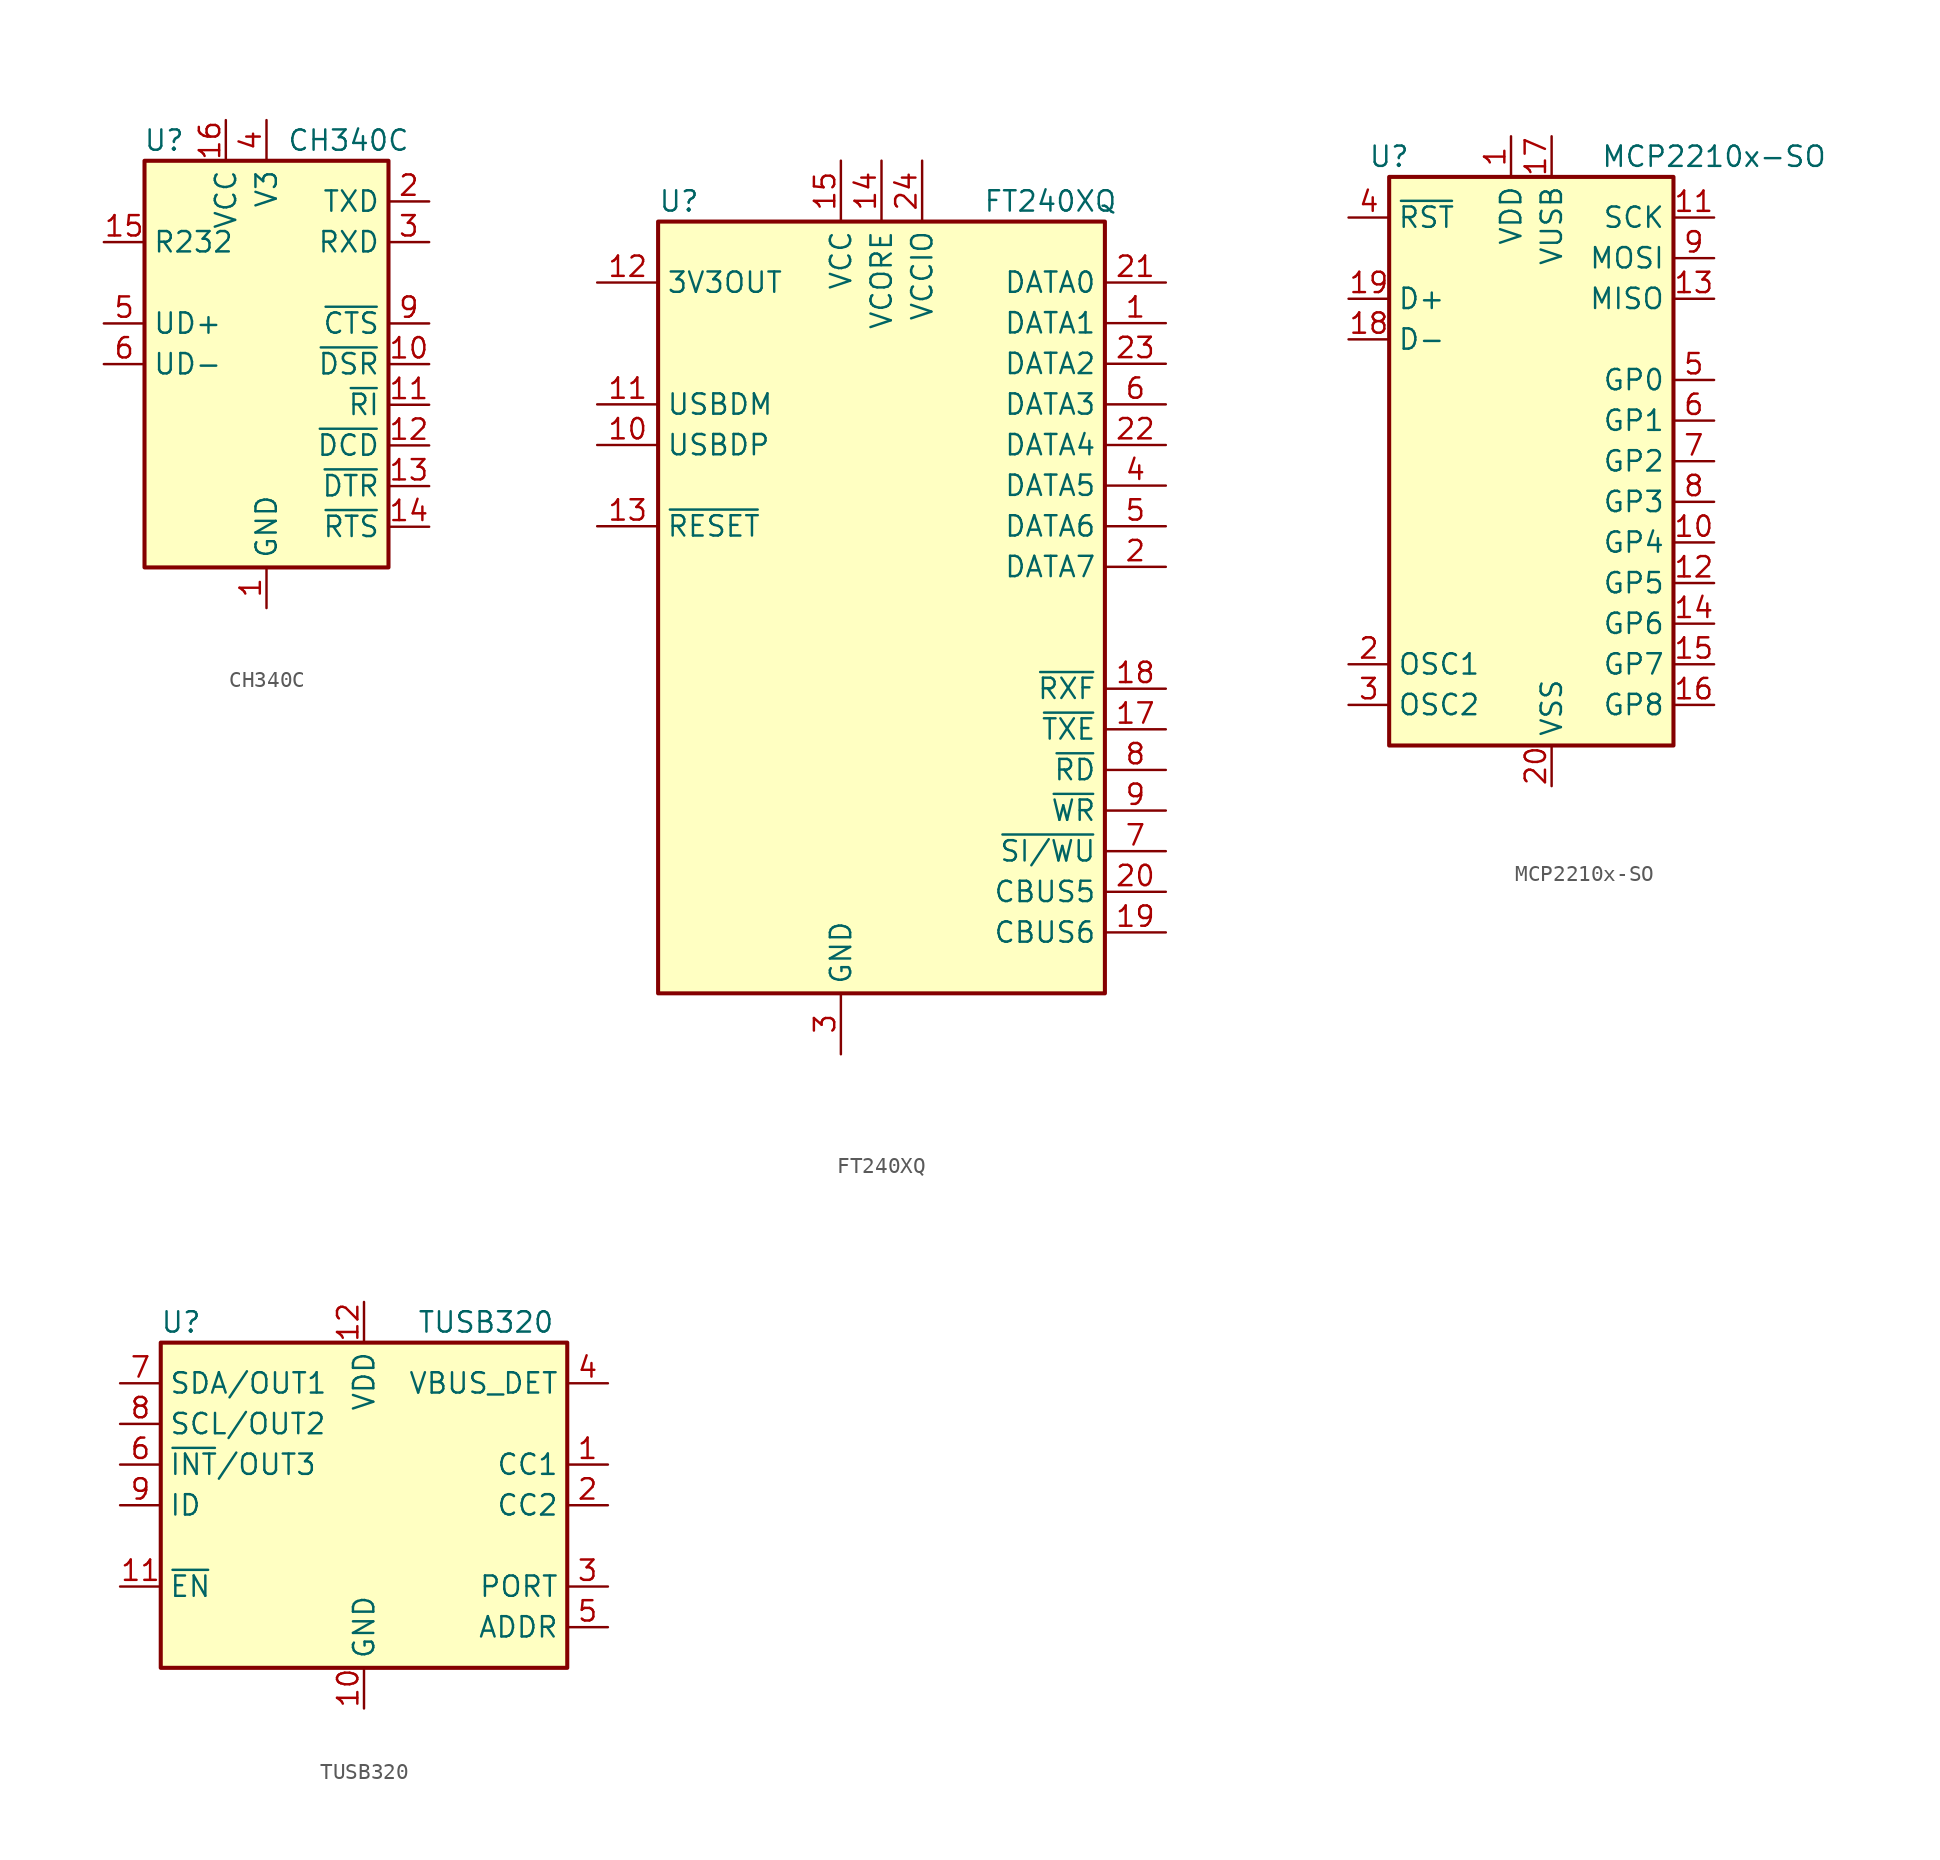
<source format=kicad_sym>
(kicad_symbol_lib
  (version 20231120)
  (generator "kicad_symbol_editor")
  (generator_version "8.0")
  (symbol "CH340C"
    (property "Reference" "U"
      (at -5.08 13.97 0)
      (effects (font (size 1.27 1.27)) (justify right)))
    (property "Value" "CH340C"
      (at 1.27 13.97 0)
      (effects (font (size 1.27 1.27)) (justify left)))
    (symbol "CH340C_0_1"
      (rectangle (start -7.62 12.7) (end 7.62 -12.7) (stroke (width 0.254) (type default)) (fill (type background))))
    (symbol "CH340C_1_1"
      (pin power_in line (at 0 -15.24 90) (length 2.54) (name "GND" (effects (font (size 1.27 1.27)))) (number "1" (effects (font (size 1.27 1.27)))))
      (pin input line (at 10.16 0 180) (length 2.54) (name "~{DSR}" (effects (font (size 1.27 1.27)))) (number "10" (effects (font (size 1.27 1.27)))))
      (pin input line (at 10.16 -2.54 180) (length 2.54) (name "~{RI}" (effects (font (size 1.27 1.27)))) (number "11" (effects (font (size 1.27 1.27)))))
      (pin input line (at 10.16 -5.08 180) (length 2.54) (name "~{DCD}" (effects (font (size 1.27 1.27)))) (number "12" (effects (font (size 1.27 1.27)))))
      (pin output line (at 10.16 -7.62 180) (length 2.54) (name "~{DTR}" (effects (font (size 1.27 1.27)))) (number "13" (effects (font (size 1.27 1.27)))))
      (pin output line (at 10.16 -10.16 180) (length 2.54) (name "~{RTS}" (effects (font (size 1.27 1.27)))) (number "14" (effects (font (size 1.27 1.27)))))
      (pin input line (at -10.16 7.62 0) (length 2.54) (name "R232" (effects (font (size 1.27 1.27)))) (number "15" (effects (font (size 1.27 1.27)))))
      (pin power_in line (at -2.54 15.24 270) (length 2.54) (name "VCC" (effects (font (size 1.27 1.27)))) (number "16" (effects (font (size 1.27 1.27)))))
      (pin output line (at 10.16 10.16 180) (length 2.54) (name "TXD" (effects (font (size 1.27 1.27)))) (number "2" (effects (font (size 1.27 1.27)))))
      (pin input line (at 10.16 7.62 180) (length 2.54) (name "RXD" (effects (font (size 1.27 1.27)))) (number "3" (effects (font (size 1.27 1.27)))))
      (pin power_out line (at 0 15.24 270) (length 2.54) (name "V3" (effects (font (size 1.27 1.27)))) (number "4" (effects (font (size 1.27 1.27)))))
      (pin bidirectional line (at -10.16 2.54 0) (length 2.54) (name "UD+" (effects (font (size 1.27 1.27)))) (number "5" (effects (font (size 1.27 1.27)))))
      (pin bidirectional line (at -10.16 0 0) (length 2.54) (name "UD-" (effects (font (size 1.27 1.27)))) (number "6" (effects (font (size 1.27 1.27)))))
      (pin no_connect line (at -7.62 -5.08 0) (length 2.54) hide (name "NC" (effects (font (size 1.27 1.27)))) (number "7" (effects (font (size 1.27 1.27)))))
      (pin no_connect line (at -7.62 -7.62 0) (length 2.54) hide (name "NC" (effects (font (size 1.27 1.27)))) (number "8" (effects (font (size 1.27 1.27)))))
      (pin input line (at 10.16 2.54 180) (length 2.54) (name "~{CTS}" (effects (font (size 1.27 1.27)))) (number "9" (effects (font (size 1.27 1.27)))))))
  (symbol "FT240XQ"
    (property "Reference" "U"
      (at -13.97 25.4 0)
      (effects (font (size 1.27 1.27)) (justify left)))
    (property "Value" "FT240XQ"
      (at 6.35 25.4 0)
      (effects (font (size 1.27 1.27)) (justify left)))
    (symbol "FT240XQ_0_1"
      (rectangle (start 13.97 -24.13) (end -13.97 24.13) (stroke (width 0.254) (type default)) (fill (type background))))
    (symbol "FT240XQ_1_1"
      (pin bidirectional line (at 17.78 17.78 180) (length 3.81) (name "DATA1" (effects (font (size 1.27 1.27)))) (number "1" (effects (font (size 1.27 1.27)))))
      (pin bidirectional line (at -17.78 10.16 0) (length 3.81) (name "USBDP" (effects (font (size 1.27 1.27)))) (number "10" (effects (font (size 1.27 1.27)))))
      (pin bidirectional line (at -17.78 12.7 0) (length 3.81) (name "USBDM" (effects (font (size 1.27 1.27)))) (number "11" (effects (font (size 1.27 1.27)))))
      (pin power_out line (at -17.78 20.32 0) (length 3.81) (name "3V3OUT" (effects (font (size 1.27 1.27)))) (number "12" (effects (font (size 1.27 1.27)))))
      (pin input line (at -17.78 5.08 0) (length 3.81) (name "~{RESET}" (effects (font (size 1.27 1.27)))) (number "13" (effects (font (size 1.27 1.27)))))
      (pin power_out line (at 0 27.94 270) (length 3.81) (name "VCORE" (effects (font (size 1.27 1.27)))) (number "14" (effects (font (size 1.27 1.27)))))
      (pin power_in line (at -2.54 27.94 270) (length 3.81) (name "VCC" (effects (font (size 1.27 1.27)))) (number "15" (effects (font (size 1.27 1.27)))))
      (pin passive line (at -2.54 -27.94 90) (length 3.81) hide (name "GND" (effects (font (size 1.27 1.27)))) (number "16" (effects (font (size 1.27 1.27)))))
      (pin output line (at 17.78 -7.62 180) (length 3.81) (name "~{TXE}" (effects (font (size 1.27 1.27)))) (number "17" (effects (font (size 1.27 1.27)))))
      (pin output line (at 17.78 -5.08 180) (length 3.81) (name "~{RXF}" (effects (font (size 1.27 1.27)))) (number "18" (effects (font (size 1.27 1.27)))))
      (pin bidirectional line (at 17.78 -20.32 180) (length 3.81) (name "CBUS6" (effects (font (size 1.27 1.27)))) (number "19" (effects (font (size 1.27 1.27)))))
      (pin bidirectional line (at 17.78 2.54 180) (length 3.81) (name "DATA7" (effects (font (size 1.27 1.27)))) (number "2" (effects (font (size 1.27 1.27)))))
      (pin bidirectional line (at 17.78 -17.78 180) (length 3.81) (name "CBUS5" (effects (font (size 1.27 1.27)))) (number "20" (effects (font (size 1.27 1.27)))))
      (pin bidirectional line (at 17.78 20.32 180) (length 3.81) (name "DATA0" (effects (font (size 1.27 1.27)))) (number "21" (effects (font (size 1.27 1.27)))))
      (pin bidirectional line (at 17.78 10.16 180) (length 3.81) (name "DATA4" (effects (font (size 1.27 1.27)))) (number "22" (effects (font (size 1.27 1.27)))))
      (pin bidirectional line (at 17.78 15.24 180) (length 3.81) (name "DATA2" (effects (font (size 1.27 1.27)))) (number "23" (effects (font (size 1.27 1.27)))))
      (pin power_in line (at 2.54 27.94 270) (length 3.81) (name "VCCIO" (effects (font (size 1.27 1.27)))) (number "24" (effects (font (size 1.27 1.27)))))
      (pin passive line (at -2.54 -27.94 90) (length 3.81) hide (name "GND" (effects (font (size 1.27 1.27)))) (number "25" (effects (font (size 1.27 1.27)))))
      (pin power_in line (at -2.54 -27.94 90) (length 3.81) (name "GND" (effects (font (size 1.27 1.27)))) (number "3" (effects (font (size 1.27 1.27)))))
      (pin bidirectional line (at 17.78 7.62 180) (length 3.81) (name "DATA5" (effects (font (size 1.27 1.27)))) (number "4" (effects (font (size 1.27 1.27)))))
      (pin bidirectional line (at 17.78 5.08 180) (length 3.81) (name "DATA6" (effects (font (size 1.27 1.27)))) (number "5" (effects (font (size 1.27 1.27)))))
      (pin bidirectional line (at 17.78 12.7 180) (length 3.81) (name "DATA3" (effects (font (size 1.27 1.27)))) (number "6" (effects (font (size 1.27 1.27)))))
      (pin input line (at 17.78 -15.24 180) (length 3.81) (name "~{SI/WU}" (effects (font (size 1.27 1.27)))) (number "7" (effects (font (size 1.27 1.27)))))
      (pin input line (at 17.78 -10.16 180) (length 3.81) (name "~{RD}" (effects (font (size 1.27 1.27)))) (number "8" (effects (font (size 1.27 1.27)))))
      (pin input line (at 17.78 -12.7 180) (length 3.81) (name "~{WR}" (effects (font (size 1.27 1.27)))) (number "9" (effects (font (size 1.27 1.27)))))))
  (symbol "MCP2210x-SO"
    (property "Reference" "U"
      (at -10.16 19.05 0)
      (effects (font (size 1.27 1.27))))
    (property "Value" "MCP2210x-SO"
      (at 10.16 19.05 0)
      (effects (font (size 1.27 1.27))))
    (symbol "MCP2210x-SO_0_1"
      (rectangle (start -10.16 17.78) (end 7.62 -17.78) (stroke (width 0.254) (type default)) (fill (type background))))
    (symbol "MCP2210x-SO_1_1"
      (pin power_in line (at -2.54 20.32 270) (length 2.54) (name "VDD" (effects (font (size 1.27 1.27)))) (number "1" (effects (font (size 1.27 1.27)))))
      (pin bidirectional line (at 10.16 -5.08 180) (length 2.54) (name "GP4" (effects (font (size 1.27 1.27)))) (number "10" (effects (font (size 1.27 1.27)))))
      (pin output line (at 10.16 15.24 180) (length 2.54) (name "SCK" (effects (font (size 1.27 1.27)))) (number "11" (effects (font (size 1.27 1.27)))))
      (pin bidirectional line (at 10.16 -7.62 180) (length 2.54) (name "GP5" (effects (font (size 1.27 1.27)))) (number "12" (effects (font (size 1.27 1.27)))))
      (pin input line (at 10.16 10.16 180) (length 2.54) (name "MISO" (effects (font (size 1.27 1.27)))) (number "13" (effects (font (size 1.27 1.27)))))
      (pin bidirectional line (at 10.16 -10.16 180) (length 2.54) (name "GP6" (effects (font (size 1.27 1.27)))) (number "14" (effects (font (size 1.27 1.27)))))
      (pin bidirectional line (at 10.16 -12.7 180) (length 2.54) (name "GP7" (effects (font (size 1.27 1.27)))) (number "15" (effects (font (size 1.27 1.27)))))
      (pin bidirectional line (at 10.16 -15.24 180) (length 2.54) (name "GP8" (effects (font (size 1.27 1.27)))) (number "16" (effects (font (size 1.27 1.27)))))
      (pin passive line (at 0 20.32 270) (length 2.54) (name "VUSB" (effects (font (size 1.27 1.27)))) (number "17" (effects (font (size 1.27 1.27)))))
      (pin bidirectional line (at -12.7 7.62 0) (length 2.54) (name "D-" (effects (font (size 1.27 1.27)))) (number "18" (effects (font (size 1.27 1.27)))))
      (pin bidirectional line (at -12.7 10.16 0) (length 2.54) (name "D+" (effects (font (size 1.27 1.27)))) (number "19" (effects (font (size 1.27 1.27)))))
      (pin input line (at -12.7 -12.7 0) (length 2.54) (name "OSC1" (effects (font (size 1.27 1.27)))) (number "2" (effects (font (size 1.27 1.27)))))
      (pin power_in line (at 0 -20.32 90) (length 2.54) (name "VSS" (effects (font (size 1.27 1.27)))) (number "20" (effects (font (size 1.27 1.27)))))
      (pin output line (at -12.7 -15.24 0) (length 2.54) (name "OSC2" (effects (font (size 1.27 1.27)))) (number "3" (effects (font (size 1.27 1.27)))))
      (pin input line (at -12.7 15.24 0) (length 2.54) (name "~{RST}" (effects (font (size 1.27 1.27)))) (number "4" (effects (font (size 1.27 1.27)))))
      (pin bidirectional line (at 10.16 5.08 180) (length 2.54) (name "GP0" (effects (font (size 1.27 1.27)))) (number "5" (effects (font (size 1.27 1.27)))))
      (pin bidirectional line (at 10.16 2.54 180) (length 2.54) (name "GP1" (effects (font (size 1.27 1.27)))) (number "6" (effects (font (size 1.27 1.27)))))
      (pin bidirectional line (at 10.16 0 180) (length 2.54) (name "GP2" (effects (font (size 1.27 1.27)))) (number "7" (effects (font (size 1.27 1.27)))))
      (pin bidirectional line (at 10.16 -2.54 180) (length 2.54) (name "GP3" (effects (font (size 1.27 1.27)))) (number "8" (effects (font (size 1.27 1.27)))))
      (pin output line (at 10.16 12.7 180) (length 2.54) (name "MOSI" (effects (font (size 1.27 1.27)))) (number "9" (effects (font (size 1.27 1.27)))))))
  (symbol "TUSB320"
    (property "Reference" "U"
      (at -11.43 11.43 0)
      (effects (font (size 1.27 1.27))))
    (property "Value" "TUSB320"
      (at 7.62 11.43 0)
      (effects (font (size 1.27 1.27))))
    (symbol "TUSB320_0_1"
      (rectangle (start -12.7 10.16) (end 12.7 -10.16) (stroke (width 0.254) (type default)) (fill (type background))))
    (symbol "TUSB320_1_1"
      (pin bidirectional line (at 15.24 2.54 180) (length 2.54) (name "CC1" (effects (font (size 1.27 1.27)))) (number "1" (effects (font (size 1.27 1.27)))))
      (pin power_in line (at 0 -12.7 90) (length 2.54) (name "GND" (effects (font (size 1.27 1.27)))) (number "10" (effects (font (size 1.27 1.27)))))
      (pin input line (at -15.24 -5.08 0) (length 2.54) (name "~{EN}" (effects (font (size 1.27 1.27)))) (number "11" (effects (font (size 1.27 1.27)))))
      (pin power_in line (at 0 12.7 270) (length 2.54) (name "VDD" (effects (font (size 1.27 1.27)))) (number "12" (effects (font (size 1.27 1.27)))))
      (pin bidirectional line (at 15.24 0 180) (length 2.54) (name "CC2" (effects (font (size 1.27 1.27)))) (number "2" (effects (font (size 1.27 1.27)))))
      (pin input line (at 15.24 -5.08 180) (length 2.54) (name "PORT" (effects (font (size 1.27 1.27)))) (number "3" (effects (font (size 1.27 1.27)))))
      (pin input line (at 15.24 7.62 180) (length 2.54) (name "VBUS_DET" (effects (font (size 1.27 1.27)))) (number "4" (effects (font (size 1.27 1.27)))))
      (pin input line (at 15.24 -7.62 180) (length 2.54) (name "ADDR" (effects (font (size 1.27 1.27)))) (number "5" (effects (font (size 1.27 1.27)))))
      (pin open_collector line (at -15.24 2.54 0) (length 2.54) (name "~{INT}/OUT3" (effects (font (size 1.27 1.27)))) (number "6" (effects (font (size 1.27 1.27)))))
      (pin bidirectional line (at -15.24 7.62 0) (length 2.54) (name "SDA/OUT1" (effects (font (size 1.27 1.27)))) (number "7" (effects (font (size 1.27 1.27)))))
      (pin bidirectional line (at -15.24 5.08 0) (length 2.54) (name "SCL/OUT2" (effects (font (size 1.27 1.27)))) (number "8" (effects (font (size 1.27 1.27)))))
      (pin open_collector line (at -15.24 0 0) (length 2.54) (name "ID" (effects (font (size 1.27 1.27)))) (number "9" (effects (font (size 1.27 1.27))))))))
</source>
